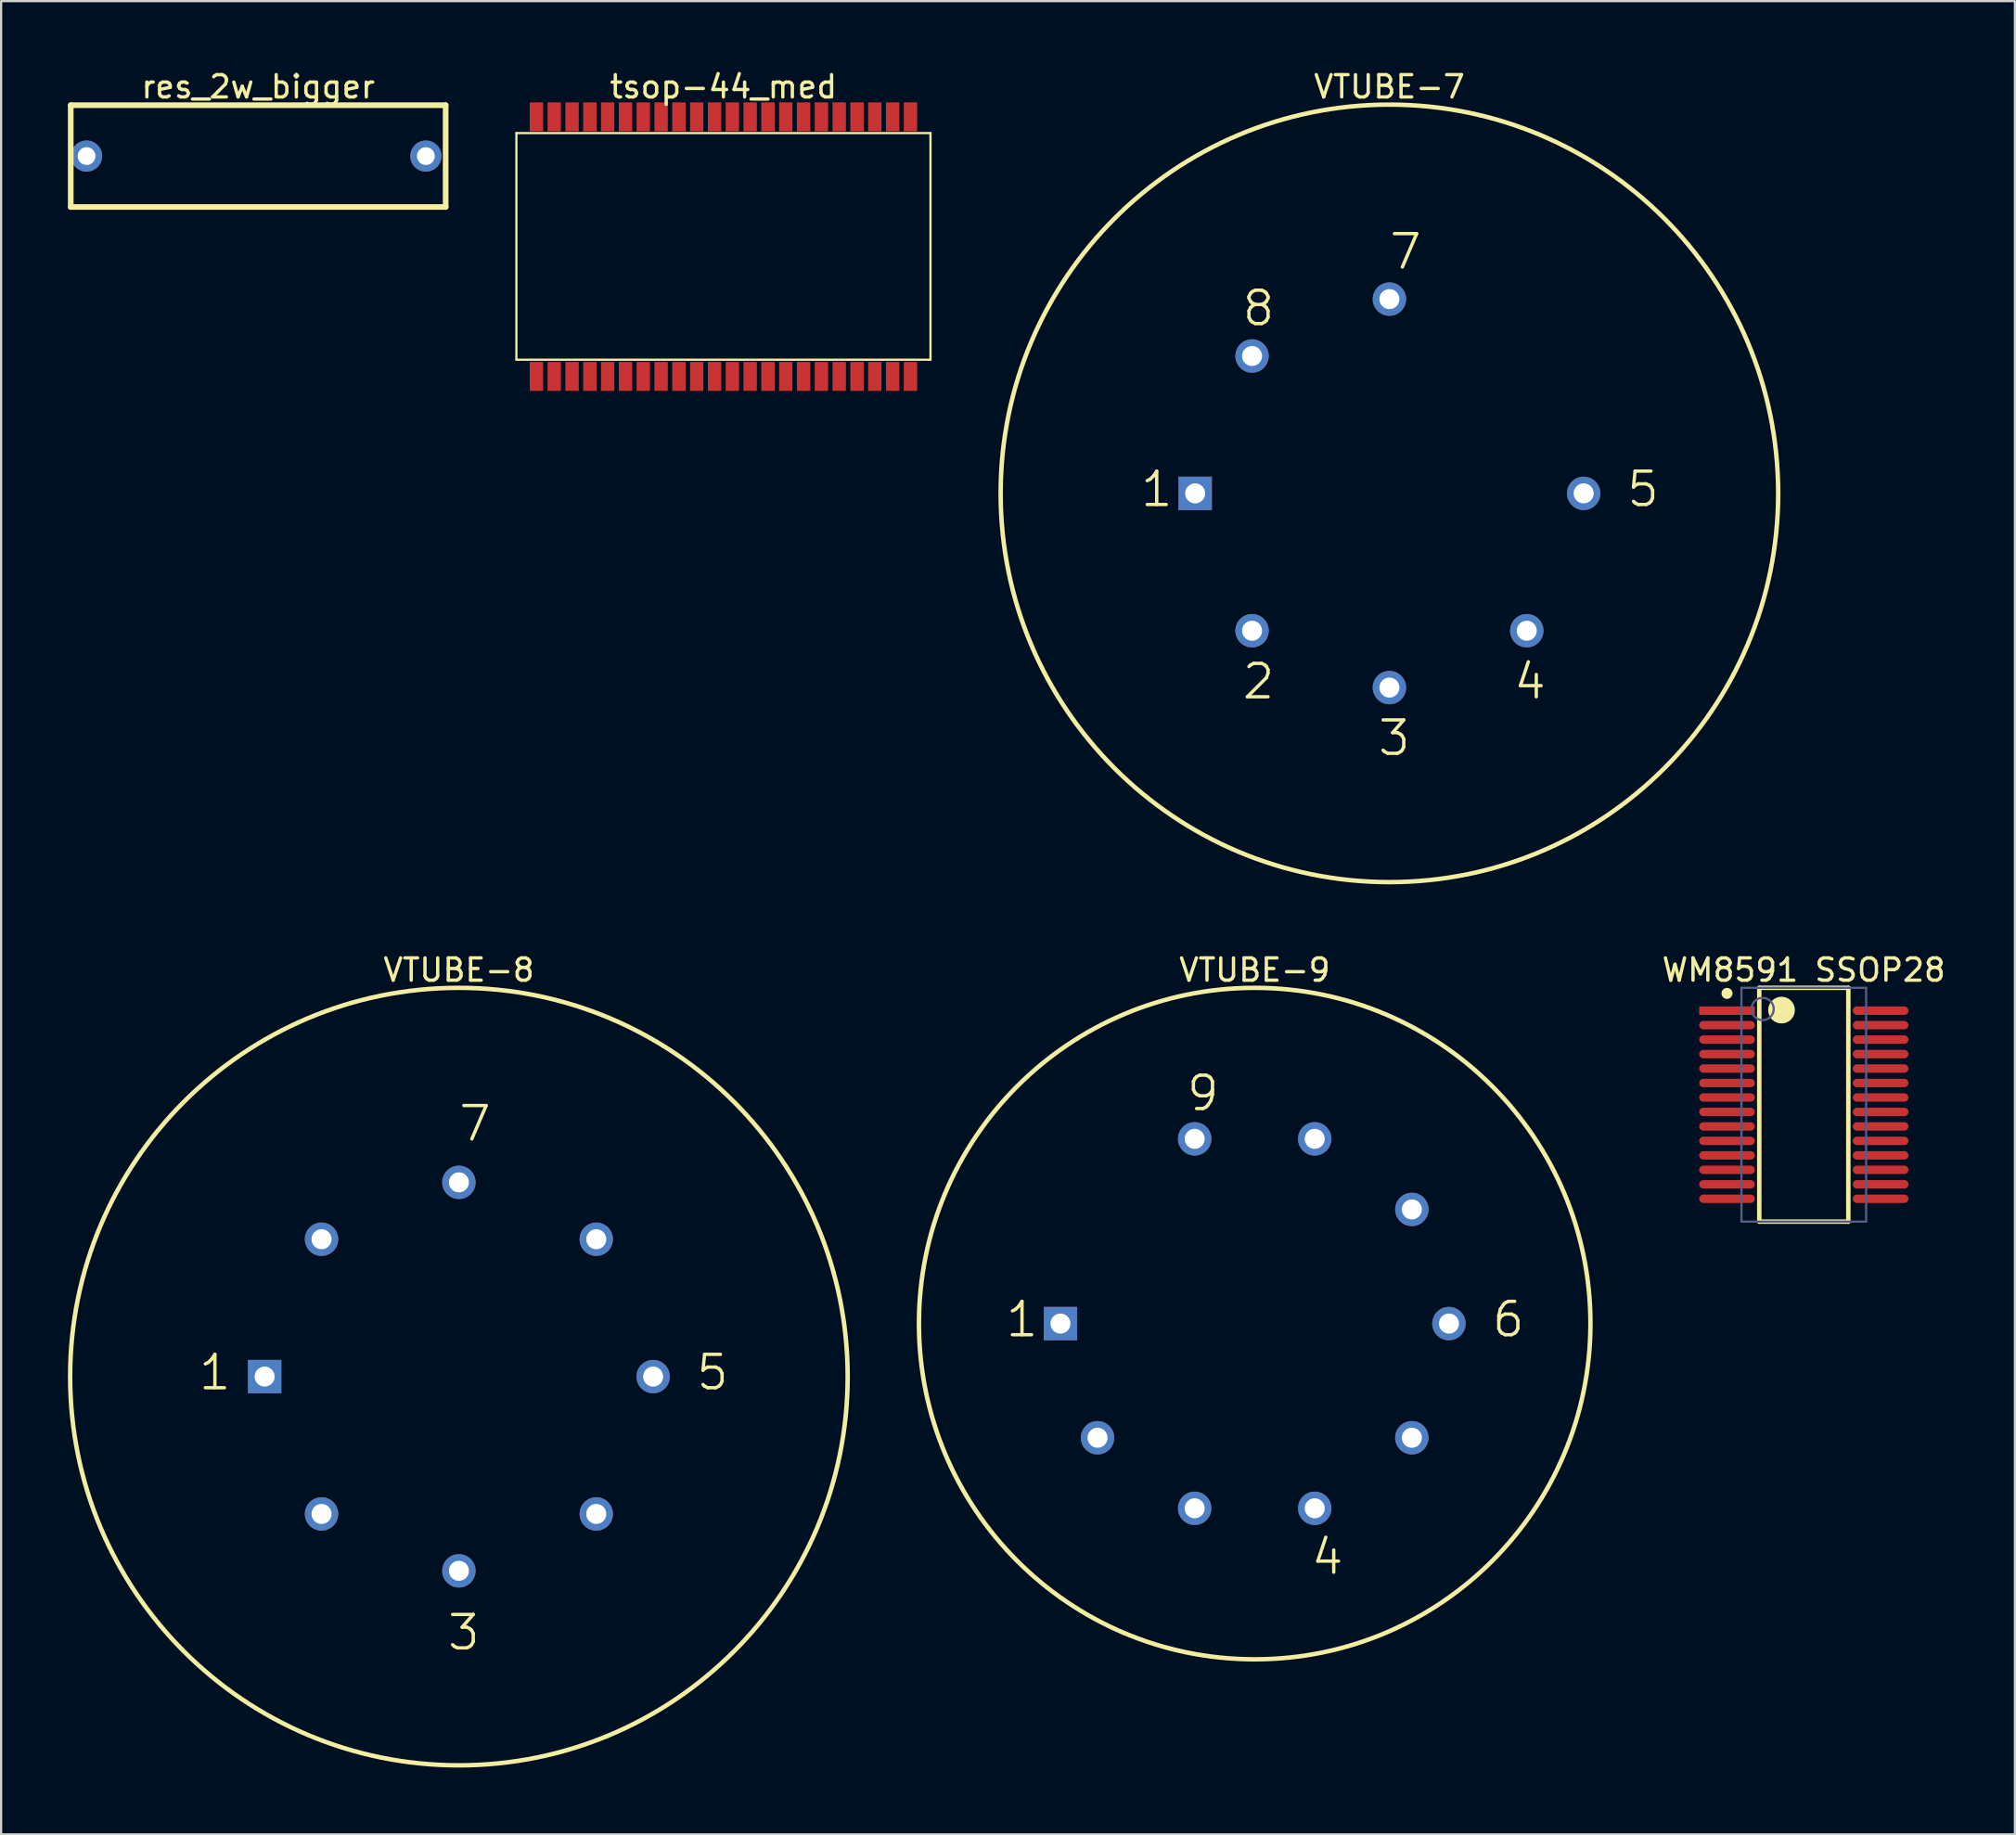
<source format=kicad_pcb>
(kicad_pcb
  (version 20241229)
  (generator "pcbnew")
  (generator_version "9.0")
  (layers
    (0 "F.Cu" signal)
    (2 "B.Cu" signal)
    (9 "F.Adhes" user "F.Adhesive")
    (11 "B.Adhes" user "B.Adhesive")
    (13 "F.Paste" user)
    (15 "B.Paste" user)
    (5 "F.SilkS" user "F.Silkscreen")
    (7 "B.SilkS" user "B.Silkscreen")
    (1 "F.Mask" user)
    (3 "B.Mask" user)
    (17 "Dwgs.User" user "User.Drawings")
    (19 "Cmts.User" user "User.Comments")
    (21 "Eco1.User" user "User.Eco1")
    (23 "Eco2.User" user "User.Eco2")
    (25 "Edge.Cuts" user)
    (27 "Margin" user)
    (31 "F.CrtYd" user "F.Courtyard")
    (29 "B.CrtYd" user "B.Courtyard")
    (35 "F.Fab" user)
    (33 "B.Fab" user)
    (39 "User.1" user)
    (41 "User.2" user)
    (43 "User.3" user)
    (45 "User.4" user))
  (footprint "VTUBE-7"
    (layer "F.Cu")
    (at 59.357 19.111)
    (property "Reference" "VTUBE-7" (at 0 -18.262 0) (layer "F.SilkS") (effects (font (size 1 1) (thickness 0.15))))
    (fp_circle (center 0 0) (end 0 -17.462) (stroke (width 0.2) (type solid)) (fill no) (layer "F.SilkS"))
    (fp_text user "1" (at -11.265 0.692 0) (unlocked yes) (layer "F.SilkS") (effects (font (size 1.5 1.5) (thickness 0.15)) (justify left bottom)))
    (fp_text user "4" (at 5.499 9.328 0) (unlocked yes) (layer "F.SilkS") (effects (font (size 1.5 1.5) (thickness 0.15)) (justify left bottom)))
    (fp_text user "7" (at -0.089 -9.976 0) (unlocked yes) (layer "F.SilkS") (effects (font (size 1.5 1.5) (thickness 0.15)) (justify left bottom)))
    (fp_text user "8" (at -6.693 -7.436 0) (unlocked yes) (layer "F.SilkS") (effects (font (size 1.5 1.5) (thickness 0.15)) (justify left bottom)))
    (fp_text user "2" (at -6.693 9.328 0) (unlocked yes) (layer "F.SilkS") (effects (font (size 1.5 1.5) (thickness 0.15)) (justify left bottom)))
    (fp_text user "3" (at -0.597 11.868 0) (unlocked yes) (layer "F.SilkS") (effects (font (size 1.5 1.5) (thickness 0.15)) (justify left bottom)))
    (fp_text user "5" (at 10.579 0.692 0) (unlocked yes) (layer "F.SilkS") (effects (font (size 1.5 1.5) (thickness 0.15)) (justify left bottom)))
    (pad "1" thru_hole rect (at -8.725 0) (size 1.5 1.5) (drill 0.9) (layers "*.Cu" "*.Mask"))
    (pad "2" thru_hole circle (at -6.17 6.17) (size 1.5 1.5) (drill 0.9) (layers "*.Cu" "*.Mask"))
    (pad "3" thru_hole circle (at 0 8.725) (size 1.5 1.5) (drill 0.9) (layers "*.Cu" "*.Mask"))
    (pad "4" thru_hole circle (at 6.17 6.17) (size 1.5 1.5) (drill 0.9) (layers "*.Cu" "*.Mask"))
    (pad "5" thru_hole circle (at 8.725 0) (size 1.5 1.5) (drill 0.9) (layers "*.Cu" "*.Mask"))
    (pad "7" thru_hole circle (at 0 -8.725) (size 1.5 1.5) (drill 0.9) (layers "*.Cu" "*.Mask"))
    (pad "8" thru_hole circle (at -6.17 -6.17) (size 1.5 1.5) (drill 0.9) (layers "*.Cu" "*.Mask")))
  (footprint "VTUBE-8"
    (layer "F.Cu")
    (at 17.562 58.784)
    (property "Reference" "VTUBE-8" (at 0 -18.262 0) (layer "F.SilkS") (effects (font (size 1 1) (thickness 0.15))))
    (fp_circle (center 0 0) (end 0 -17.462) (stroke (width 0.2) (type solid)) (fill no) (layer "F.SilkS"))
    (fp_text user "5" (at 10.579 0.692 0) (unlocked yes) (layer "F.SilkS") (effects (font (size 1.5 1.5) (thickness 0.15)) (justify left bottom)))
    (fp_text user "1" (at -11.773 0.692 0) (unlocked yes) (layer "F.SilkS") (effects (font (size 1.5 1.5) (thickness 0.15)) (justify left bottom)))
    (fp_text user "7" (at -0.089 -10.484 0) (unlocked yes) (layer "F.SilkS") (effects (font (size 1.5 1.5) (thickness 0.15)) (justify left bottom)))
    (fp_text user "3" (at -0.597 12.376 0) (unlocked yes) (layer "F.SilkS") (effects (font (size 1.5 1.5) (thickness 0.15)) (justify left bottom)))
    (pad "1" thru_hole rect (at -8.725 0) (size 1.5 1.5) (drill 0.9) (layers "*.Cu" "*.Mask"))
    (pad "2" thru_hole circle (at -6.17 6.17) (size 1.5 1.5) (drill 0.9) (layers "*.Cu" "*.Mask"))
    (pad "3" thru_hole circle (at 0 8.725) (size 1.5 1.5) (drill 0.9) (layers "*.Cu" "*.Mask"))
    (pad "4" thru_hole circle (at 6.17 6.17) (size 1.5 1.5) (drill 0.9) (layers "*.Cu" "*.Mask"))
    (pad "5" thru_hole circle (at 8.725 0) (size 1.5 1.5) (drill 0.9) (layers "*.Cu" "*.Mask"))
    (pad "6" thru_hole circle (at 6.17 -6.17) (size 1.5 1.5) (drill 0.9) (layers "*.Cu" "*.Mask"))
    (pad "7" thru_hole circle (at 0 -8.725) (size 1.5 1.5) (drill 0.9) (layers "*.Cu" "*.Mask"))
    (pad "8" thru_hole circle (at -6.17 -6.17) (size 1.5 1.5) (drill 0.9) (layers "*.Cu" "*.Mask")))
  (footprint "res_2w_bigger"
    (layer "F.Cu")
    (at 8.458 3.961)
    (property "Reference" "res_2w_bigger" (at 0.089 -3.113 0) (layer "F.SilkS") (effects (font (size 1 1) (thickness 0.15))))
    (fp_line (start -8.331 -2.286) (end 8.509 -2.286) (stroke (width 0.254) (type solid)) (layer "F.SilkS"))
    (fp_line (start -8.331 2.286) (end -8.331 -2.286) (stroke (width 0.254) (type solid)) (layer "F.SilkS"))
    (fp_line (start -8.331 2.286) (end 8.509 2.286) (stroke (width 0.254) (type solid)) (layer "F.SilkS"))
    (fp_line (start 8.509 2.286) (end 8.509 -2.286) (stroke (width 0.254) (type solid)) (layer "F.SilkS"))
    (pad "1" thru_hole circle (at -7.62 0) (size 1.4 1.4) (drill 0.8) (layers "*.Cu" "*.Mask"))
    (pad "2" thru_hole circle (at 7.62 0) (size 1.4 1.4) (drill 0.8) (layers "*.Cu" "*.Mask")))
  (footprint "tsop-44_med"
    (layer "F.Cu")
    (at 21.044 8.028)
    (property "Reference" "tsop-44_med" (at 8.4 -7.18 0) (layer "F.SilkS") (effects (font (size 1 1) (thickness 0.15))))
    (fp_line (start -0.9 -5.1) (end 17.7 -5.1) (stroke (width 0.1) (type solid)) (layer "F.SilkS"))
    (fp_line (start -0.9 5.08) (end -0.9 -5.1) (stroke (width 0.1) (type solid)) (layer "F.SilkS"))
    (fp_line (start -0.9 5.08) (end 17.7 5.08) (stroke (width 0.1) (type solid)) (layer "F.SilkS"))
    (fp_line (start 17.7 5.08) (end 17.7 -5.1) (stroke (width 0.1) (type solid)) (layer "F.SilkS"))
    (pad "1" smd rect (at 0 5.83) (size 0.6 1.3) (layers "F.Cu" "F.Mask" "F.Paste"))
    (pad "2" smd rect (at 0.8 5.83) (size 0.6 1.3) (layers "F.Cu" "F.Mask" "F.Paste"))
    (pad "3" smd rect (at 1.6 5.83) (size 0.6 1.3) (layers "F.Cu" "F.Mask" "F.Paste"))
    (pad "4" smd rect (at 2.4 5.83) (size 0.6 1.3) (layers "F.Cu" "F.Mask" "F.Paste"))
    (pad "5" smd rect (at 3.2 5.83) (size 0.6 1.3) (layers "F.Cu" "F.Mask" "F.Paste"))
    (pad "6" smd rect (at 4 5.83) (size 0.6 1.3) (layers "F.Cu" "F.Mask" "F.Paste"))
    (pad "7" smd rect (at 4.8 5.83) (size 0.6 1.3) (layers "F.Cu" "F.Mask" "F.Paste"))
    (pad "8" smd rect (at 5.6 5.83) (size 0.6 1.3) (layers "F.Cu" "F.Mask" "F.Paste"))
    (pad "9" smd rect (at 6.4 5.83) (size 0.6 1.3) (layers "F.Cu" "F.Mask" "F.Paste"))
    (pad "10" smd rect (at 7.2 5.83) (size 0.6 1.3) (layers "F.Cu" "F.Mask" "F.Paste"))
    (pad "11" smd rect (at 8 5.83) (size 0.6 1.3) (layers "F.Cu" "F.Mask" "F.Paste"))
    (pad "12" smd rect (at 8.8 5.83) (size 0.6 1.3) (layers "F.Cu" "F.Mask" "F.Paste"))
    (pad "13" smd rect (at 9.6 5.83) (size 0.6 1.3) (layers "F.Cu" "F.Mask" "F.Paste"))
    (pad "14" smd rect (at 10.4 5.83) (size 0.6 1.3) (layers "F.Cu" "F.Mask" "F.Paste"))
    (pad "15" smd rect (at 11.2 5.83) (size 0.6 1.3) (layers "F.Cu" "F.Mask" "F.Paste"))
    (pad "16" smd rect (at 12 5.83) (size 0.6 1.3) (layers "F.Cu" "F.Mask" "F.Paste"))
    (pad "17" smd rect (at 12.8 5.83) (size 0.6 1.3) (layers "F.Cu" "F.Mask" "F.Paste"))
    (pad "18" smd rect (at 13.6 5.83) (size 0.6 1.3) (layers "F.Cu" "F.Mask" "F.Paste"))
    (pad "19" smd rect (at 14.4 5.83) (size 0.6 1.3) (layers "F.Cu" "F.Mask" "F.Paste"))
    (pad "20" smd rect (at 15.2 5.83) (size 0.6 1.3) (layers "F.Cu" "F.Mask" "F.Paste"))
    (pad "21" smd rect (at 16 5.83) (size 0.6 1.3) (layers "F.Cu" "F.Mask" "F.Paste"))
    (pad "22" smd rect (at 16.8 5.83) (size 0.6 1.3) (layers "F.Cu" "F.Mask" "F.Paste"))
    (pad "23" smd rect (at 16.8 -5.83) (size 0.6 1.3) (layers "F.Cu" "F.Mask" "F.Paste"))
    (pad "24" smd rect (at 16 -5.83) (size 0.6 1.3) (layers "F.Cu" "F.Mask" "F.Paste"))
    (pad "25" smd rect (at 15.2 -5.83) (size 0.6 1.3) (layers "F.Cu" "F.Mask" "F.Paste"))
    (pad "26" smd rect (at 14.4 -5.83) (size 0.6 1.3) (layers "F.Cu" "F.Mask" "F.Paste"))
    (pad "27" smd rect (at 13.6 -5.83) (size 0.6 1.3) (layers "F.Cu" "F.Mask" "F.Paste"))
    (pad "28" smd rect (at 12.8 -5.83) (size 0.6 1.3) (layers "F.Cu" "F.Mask" "F.Paste"))
    (pad "29" smd rect (at 12 -5.83) (size 0.6 1.3) (layers "F.Cu" "F.Mask" "F.Paste"))
    (pad "30" smd rect (at 11.2 -5.83) (size 0.6 1.3) (layers "F.Cu" "F.Mask" "F.Paste"))
    (pad "31" smd rect (at 10.4 -5.83) (size 0.6 1.3) (layers "F.Cu" "F.Mask" "F.Paste"))
    (pad "32" smd rect (at 9.6 -5.83) (size 0.6 1.3) (layers "F.Cu" "F.Mask" "F.Paste"))
    (pad "33" smd rect (at 8.8 -5.83) (size 0.6 1.3) (layers "F.Cu" "F.Mask" "F.Paste"))
    (pad "34" smd rect (at 8 -5.83) (size 0.6 1.3) (layers "F.Cu" "F.Mask" "F.Paste"))
    (pad "35" smd rect (at 7.2 -5.83) (size 0.6 1.3) (layers "F.Cu" "F.Mask" "F.Paste"))
    (pad "36" smd rect (at 6.4 -5.83) (size 0.6 1.3) (layers "F.Cu" "F.Mask" "F.Paste"))
    (pad "37" smd rect (at 5.6 -5.83) (size 0.6 1.3) (layers "F.Cu" "F.Mask" "F.Paste"))
    (pad "38" smd rect (at 4.8 -5.83) (size 0.6 1.3) (layers "F.Cu" "F.Mask" "F.Paste"))
    (pad "39" smd rect (at 4 -5.83) (size 0.6 1.3) (layers "F.Cu" "F.Mask" "F.Paste"))
    (pad "40" smd rect (at 3.2 -5.83) (size 0.6 1.3) (layers "F.Cu" "F.Mask" "F.Paste"))
    (pad "41" smd rect (at 2.4 -5.83) (size 0.6 1.3) (layers "F.Cu" "F.Mask" "F.Paste"))
    (pad "42" smd rect (at 1.6 -5.83) (size 0.6 1.3) (layers "F.Cu" "F.Mask" "F.Paste"))
    (pad "43" smd rect (at 0.8 -5.83) (size 0.6 1.3) (layers "F.Cu" "F.Mask" "F.Paste"))
    (pad "44" smd rect (at 0 -5.83) (size 0.6 1.3) (layers "F.Cu" "F.Mask" "F.Paste")))
  (footprint "VTUBE-9"
    (layer "F.Cu")
    (at 53.306 56.403)
    (property "Reference" "VTUBE-9" (at 0 -15.881 0) (layer "F.SilkS") (effects (font (size 1 1) (thickness 0.15))))
    (fp_circle (center 0 0) (end 0 -15.081) (stroke (width 0.2) (type solid)) (fill no) (layer "F.SilkS"))
    (fp_text user "4" (at 2.451 11.36 0) (unlocked yes) (layer "F.SilkS") (effects (font (size 1.5 1.5) (thickness 0.15)) (justify left bottom)))
    (fp_text user "1" (at -11.265 0.692 0) (unlocked yes) (layer "F.SilkS") (effects (font (size 1.5 1.5) (thickness 0.15)) (justify left bottom)))
    (fp_text user "6" (at 10.579 0.692 0) (unlocked yes) (layer "F.SilkS") (effects (font (size 1.5 1.5) (thickness 0.15)) (justify left bottom)))
    (fp_text user "9" (at -3.137 -9.468 0) (unlocked yes) (layer "F.SilkS") (effects (font (size 1.5 1.5) (thickness 0.15)) (justify left bottom)))
    (pad "1" thru_hole rect (at -8.725 0) (size 1.5 1.5) (drill 0.9) (layers "*.Cu" "*.Mask"))
    (pad "2" thru_hole circle (at -7.059 5.128) (size 1.5 1.5) (drill 0.9) (layers "*.Cu" "*.Mask"))
    (pad "3" thru_hole circle (at -2.696 8.298) (size 1.5 1.5) (drill 0.9) (layers "*.Cu" "*.Mask"))
    (pad "4" thru_hole circle (at 2.696 8.298) (size 1.5 1.5) (drill 0.9) (layers "*.Cu" "*.Mask"))
    (pad "5" thru_hole circle (at 7.059 5.128) (size 1.5 1.5) (drill 0.9) (layers "*.Cu" "*.Mask"))
    (pad "6" thru_hole circle (at 8.725 0) (size 1.5 1.5) (drill 0.9) (layers "*.Cu" "*.Mask"))
    (pad "7" thru_hole circle (at 7.059 -5.128) (size 1.5 1.5) (drill 0.9) (layers "*.Cu" "*.Mask"))
    (pad "8" thru_hole circle (at 2.696 -8.298) (size 1.5 1.5) (drill 0.9) (layers "*.Cu" "*.Mask"))
    (pad "9" thru_hole circle (at -2.696 -8.298) (size 1.5 1.5) (drill 0.9) (layers "*.Cu" "*.Mask")))
  (footprint "WM8591 SSOP28"
    (layer "F.Cu")
    (at 77.97 46.572)
    (property "Reference" "WM8591 SSOP28" (at 0 -6.05 0) (layer "F.SilkS") (effects (font (size 1 1) (thickness 0.15))))
    (fp_line (start -2 -5.25) (end 2 -5.25) (stroke (width 0.2) (type solid)) (layer "F.SilkS"))
    (fp_line (start -2 5.25) (end -2 -5.25) (stroke (width 0.2) (type solid)) (layer "F.SilkS"))
    (fp_line (start -2 5.25) (end 2 5.25) (stroke (width 0.2) (type solid)) (layer "F.SilkS"))
    (fp_line (start 2 5.25) (end 2 -5.25) (stroke (width 0.2) (type solid)) (layer "F.SilkS"))
    (fp_circle (center -3.45 -5) (end -3.45 -5.125) (stroke (width 0.25) (type solid)) (fill no) (layer "F.SilkS"))
    (fp_circle (center -1 -4.25) (end -1 -4.55) (stroke (width 0.6) (type solid)) (fill no) (layer "F.SilkS"))
    (fp_line (start -4.75 -5.5) (end 4.75 -5.5) (stroke (width 0.1) (type solid)) (layer "Eco2.User"))
    (fp_line (start -4.75 5.5) (end -4.75 -5.5) (stroke (width 0.1) (type solid)) (layer "Eco2.User"))
    (fp_line (start -4.75 5.5) (end 4.75 5.5) (stroke (width 0.1) (type solid)) (layer "Eco2.User"))
    (fp_line (start -0.5 0) (end 0.5 0) (stroke (width 0.1) (type solid)) (layer "Eco2.User"))
    (fp_line (start 0 0.5) (end 0 -0.5) (stroke (width 0.1) (type solid)) (layer "Eco2.User"))
    (fp_line (start 4.75 5.5) (end 4.75 -5.5) (stroke (width 0.1) (type solid)) (layer "Eco2.User"))
    (fp_line (start -2.8 -5.25) (end 2.8 -5.25) (stroke (width 0.1) (type solid)) (layer "B.Fab"))
    (fp_line (start -2.8 5.25) (end -2.8 -5.25) (stroke (width 0.1) (type solid)) (layer "B.Fab"))
    (fp_line (start -2.8 5.25) (end 2.8 5.25) (stroke (width 0.1) (type solid)) (layer "B.Fab"))
    (fp_line (start 2.8 5.25) (end 2.8 -5.25) (stroke (width 0.1) (type solid)) (layer "B.Fab"))
    (fp_circle (center -1.85 -4.3) (end -1.85 -4.8) (stroke (width 0.1) (type solid)) (fill no) (layer "B.Fab"))
    (pad "1" smd rect (at -3.45 -4.225 90) (size 0.38 2.5) (layers "F.Cu" "F.Mask" "F.Paste"))
    (pad "2" smd oval (at -3.45 -3.575 90) (size 0.38 2.5) (layers "F.Cu" "F.Mask" "F.Paste"))
    (pad "3" smd oval (at -3.45 -2.925 90) (size 0.38 2.5) (layers "F.Cu" "F.Mask" "F.Paste"))
    (pad "4" smd oval (at -3.45 -2.275 90) (size 0.38 2.5) (layers "F.Cu" "F.Mask" "F.Paste"))
    (pad "5" smd oval (at -3.45 -1.625 90) (size 0.38 2.5) (layers "F.Cu" "F.Mask" "F.Paste"))
    (pad "6" smd oval (at -3.45 -0.975 90) (size 0.38 2.5) (layers "F.Cu" "F.Mask" "F.Paste"))
    (pad "7" smd oval (at -3.45 -0.325 90) (size 0.38 2.5) (layers "F.Cu" "F.Mask" "F.Paste"))
    (pad "8" smd oval (at -3.45 0.325 90) (size 0.38 2.5) (layers "F.Cu" "F.Mask" "F.Paste"))
    (pad "9" smd oval (at -3.45 0.975 90) (size 0.38 2.5) (layers "F.Cu" "F.Mask" "F.Paste"))
    (pad "10" smd oval (at -3.45 1.625 90) (size 0.38 2.5) (layers "F.Cu" "F.Mask" "F.Paste"))
    (pad "11" smd oval (at -3.45 2.275 90) (size 0.38 2.5) (layers "F.Cu" "F.Mask" "F.Paste"))
    (pad "12" smd oval (at -3.45 2.925 90) (size 0.38 2.5) (layers "F.Cu" "F.Mask" "F.Paste"))
    (pad "13" smd oval (at -3.45 3.575 90) (size 0.38 2.5) (layers "F.Cu" "F.Mask" "F.Paste"))
    (pad "14" smd oval (at -3.45 4.225 90) (size 0.38 2.5) (layers "F.Cu" "F.Mask" "F.Paste"))
    (pad "15" smd oval (at 3.45 4.225 90) (size 0.38 2.5) (layers "F.Cu" "F.Mask" "F.Paste"))
    (pad "16" smd oval (at 3.45 3.575 90) (size 0.38 2.5) (layers "F.Cu" "F.Mask" "F.Paste"))
    (pad "17" smd oval (at 3.45 2.925 90) (size 0.38 2.5) (layers "F.Cu" "F.Mask" "F.Paste"))
    (pad "18" smd oval (at 3.45 2.275 90) (size 0.38 2.5) (layers "F.Cu" "F.Mask" "F.Paste"))
    (pad "19" smd oval (at 3.45 1.625 90) (size 0.38 2.5) (layers "F.Cu" "F.Mask" "F.Paste"))
    (pad "20" smd oval (at 3.45 0.975 90) (size 0.38 2.5) (layers "F.Cu" "F.Mask" "F.Paste"))
    (pad "21" smd oval (at 3.45 0.325 90) (size 0.38 2.5) (layers "F.Cu" "F.Mask" "F.Paste"))
    (pad "22" smd oval (at 3.45 -0.325 90) (size 0.38 2.5) (layers "F.Cu" "F.Mask" "F.Paste"))
    (pad "23" smd oval (at 3.45 -0.975 90) (size 0.38 2.5) (layers "F.Cu" "F.Mask" "F.Paste"))
    (pad "24" smd oval (at 3.45 -1.625 90) (size 0.38 2.5) (layers "F.Cu" "F.Mask" "F.Paste"))
    (pad "25" smd oval (at 3.45 -2.275 90) (size 0.38 2.5) (layers "F.Cu" "F.Mask" "F.Paste"))
    (pad "26" smd oval (at 3.45 -2.925 90) (size 0.38 2.5) (layers "F.Cu" "F.Mask" "F.Paste"))
    (pad "27" smd oval (at 3.45 -3.575 90) (size 0.38 2.5) (layers "F.Cu" "F.Mask" "F.Paste"))
    (pad "28" smd oval (at 3.45 -4.225 90) (size 0.38 2.5) (layers "F.Cu" "F.Mask" "F.Paste")))
  (gr_rect
    (start -3 -3)
    (end 87.452 79.347)
    (stroke (width 0.1) (type default))
    (fill no)
    (layer "Edge.Cuts")))
</source>
